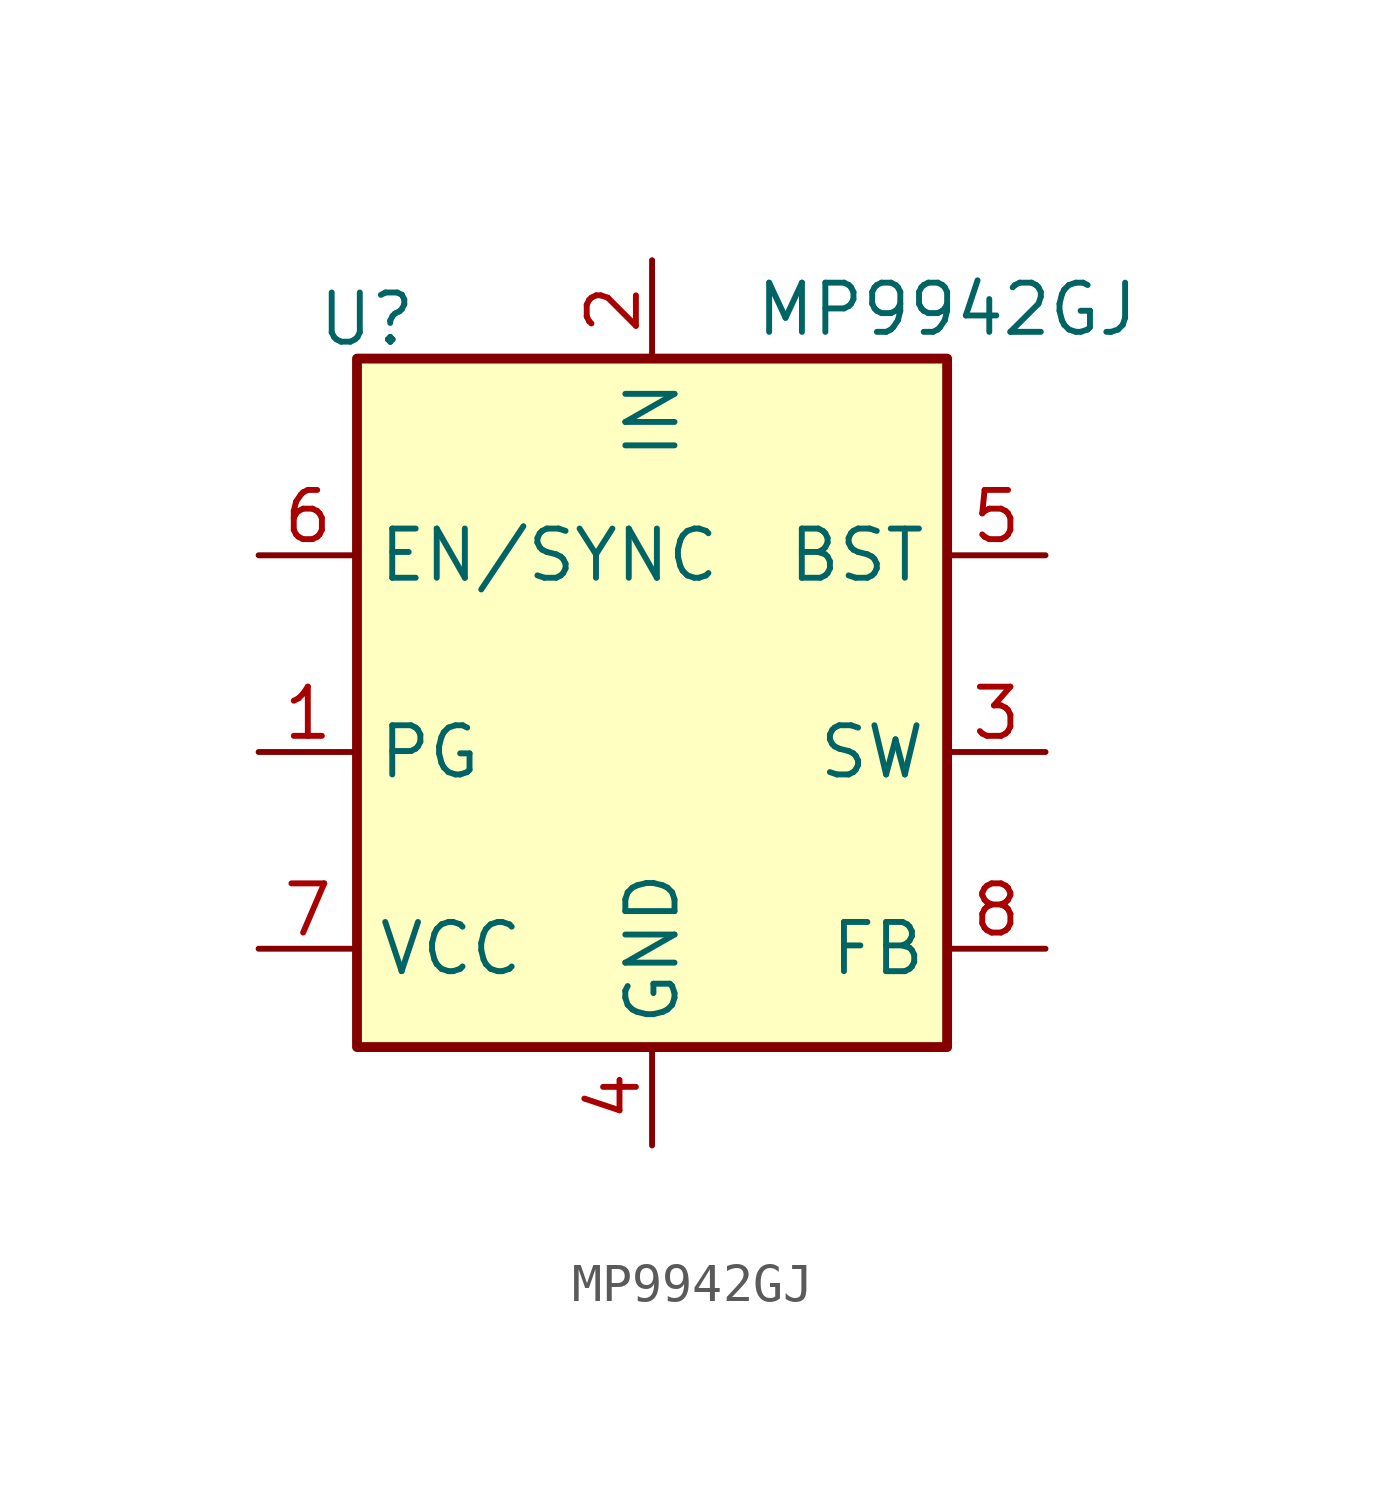
<source format=kicad_sym>
(kicad_symbol_lib
  (version 20211014)
  (generator kicad_symbol_editor)
  (symbol "MP9942GJ"
    (property "Reference" "U"
      (at -7.366 11.176 0)
      (effects (font (size 1.27 1.27))))
    (property "Value" "MP9942GJ"
      (at 7.62 11.43 0)
      (effects (font (size 1.27 1.27))))
    (symbol "MP9942GJ_0_1"
      (rectangle (start -7.62 10.16) (end 7.62 -7.62) (stroke (width 0.254) (type default) (color 0 0 0 0)) (fill (type background))))
    (symbol "MP9942GJ_1_1"
      (pin output line (at -10.16 0 0) (length 2.54) (name "PG" (effects (font (size 1.27 1.27)))) (number "1" (effects (font (size 1.27 1.27)))))
      (pin power_in line (at 0 12.7 270) (length 2.54) (name "IN" (effects (font (size 1.27 1.27)))) (number "2" (effects (font (size 1.27 1.27)))))
      (pin output line (at 10.16 0 180) (length 2.54) (name "SW" (effects (font (size 1.27 1.27)))) (number "3" (effects (font (size 1.27 1.27)))))
      (pin power_in line (at 0 -10.16 90) (length 2.54) (name "GND" (effects (font (size 1.27 1.27)))) (number "4" (effects (font (size 1.27 1.27)))))
      (pin passive line (at 10.16 5.08 180) (length 2.54) (name "BST" (effects (font (size 1.27 1.27)))) (number "5" (effects (font (size 1.27 1.27)))))
      (pin input line (at -10.16 5.08 0) (length 2.54) (name "EN/SYNC" (effects (font (size 1.27 1.27)))) (number "6" (effects (font (size 1.27 1.27)))))
      (pin passive line (at -10.16 -5.08 0) (length 2.54) (name "VCC" (effects (font (size 1.27 1.27)))) (number "7" (effects (font (size 1.27 1.27)))))
      (pin input line (at 10.16 -5.08 180) (length 2.54) (name "FB" (effects (font (size 1.27 1.27)))) (number "8" (effects (font (size 1.27 1.27))))))))
</source>
